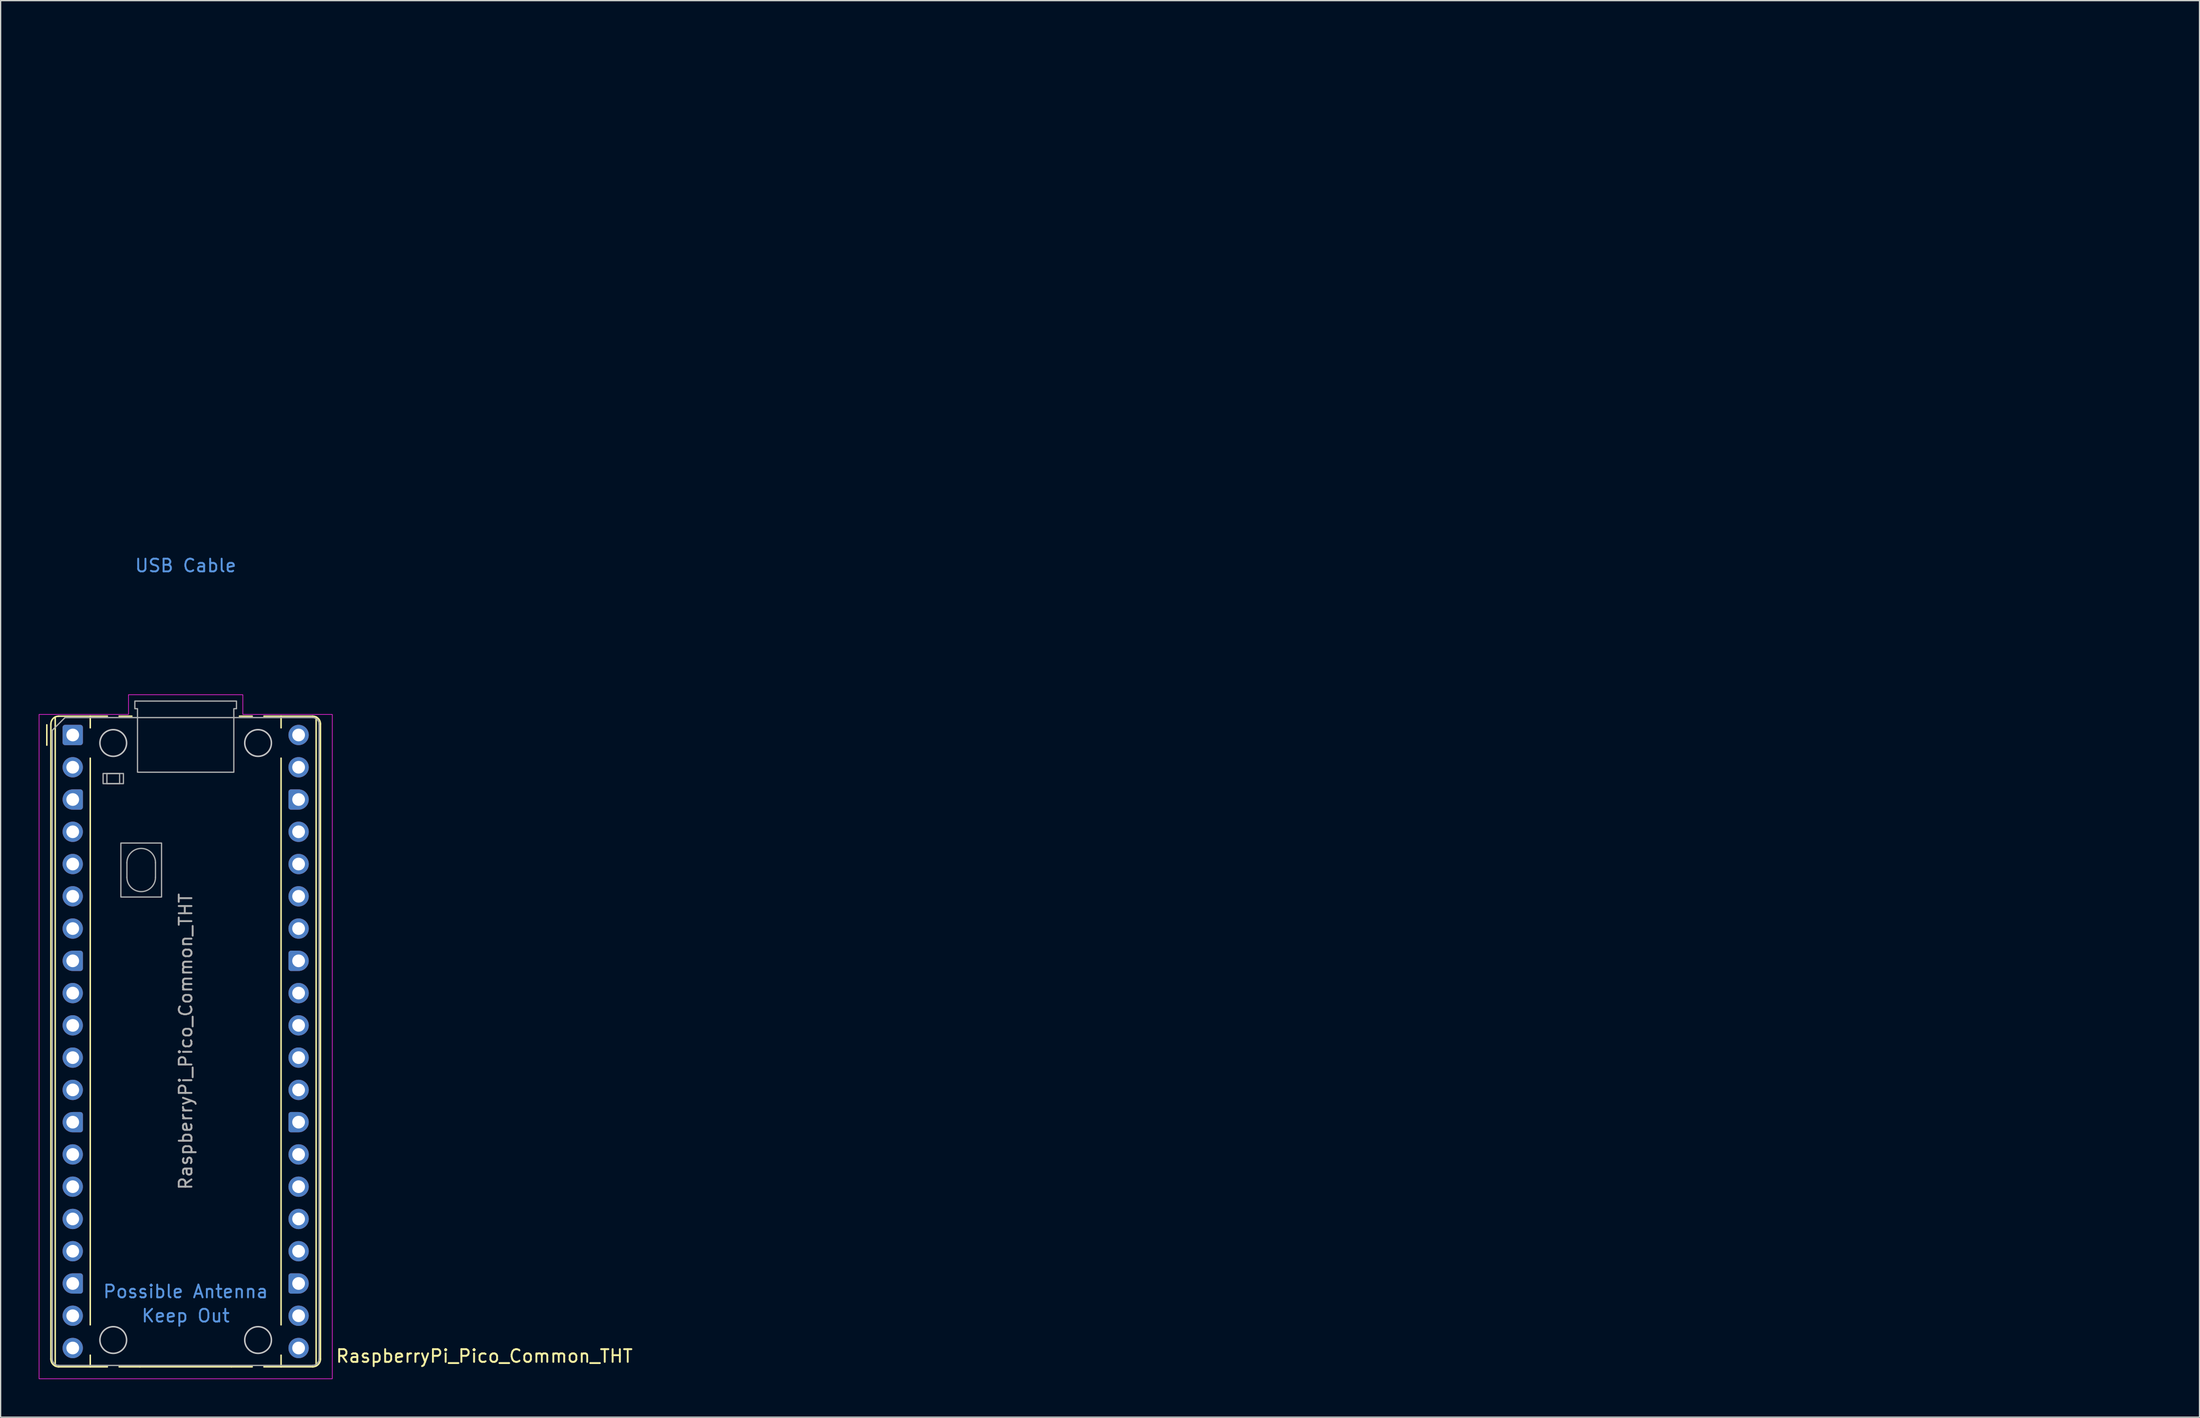
<source format=kicad_pcb>
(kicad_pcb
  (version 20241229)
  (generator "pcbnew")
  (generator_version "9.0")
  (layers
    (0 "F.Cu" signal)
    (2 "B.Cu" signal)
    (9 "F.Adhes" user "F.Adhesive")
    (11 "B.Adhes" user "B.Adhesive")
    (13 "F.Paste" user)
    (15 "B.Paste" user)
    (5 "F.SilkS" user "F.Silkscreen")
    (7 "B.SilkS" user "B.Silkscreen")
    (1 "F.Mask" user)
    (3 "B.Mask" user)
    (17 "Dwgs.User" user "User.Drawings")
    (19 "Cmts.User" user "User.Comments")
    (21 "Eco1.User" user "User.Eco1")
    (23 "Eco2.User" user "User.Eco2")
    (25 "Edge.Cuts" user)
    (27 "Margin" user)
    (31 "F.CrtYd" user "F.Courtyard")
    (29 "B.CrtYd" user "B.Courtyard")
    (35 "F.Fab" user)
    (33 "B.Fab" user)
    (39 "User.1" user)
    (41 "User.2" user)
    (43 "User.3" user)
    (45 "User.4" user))
  (footprint "RaspberryPi_Pico_Common_THT"
    (layer "F.Cu")
    (at 2.675 54.812)
    (property "Reference" "RaspberryPi_Pico_Common_THT" (at 20.637 48.895 0) (unlocked yes) (layer "F.SilkS") (effects (font (size 1 1) (thickness 0.15)) (justify left)))
    (attr through_hole exclude_from_bom dnp)
    (fp_line (start -2.04 0.8) (end -2.04 -0.8) (stroke (width 0.12) (type solid)) (layer "F.SilkS"))
    (fp_line (start -1.72 -0.87) (end -1.72 49.13) (stroke (width 0.12) (type solid)) (layer "F.SilkS"))
    (fp_line (start -1.38 -1.417) (end -1.38 49.677) (stroke (width 0.12) (type solid)) (layer "F.SilkS"))
    (fp_line (start -1.11 -1.48) (end 1.38 -1.48) (stroke (width 0.12) (type solid)) (layer "F.SilkS"))
    (fp_line (start -1.11 49.74) (end 2.728 49.74) (stroke (width 0.12) (type solid)) (layer "F.SilkS"))
    (fp_line (start 1.38 -1.48) (end 1.38 -0.566) (stroke (width 0.12) (type solid)) (layer "F.SilkS"))
    (fp_line (start 1.38 -1.48) (end 2.728 -1.48) (stroke (width 0.12) (type solid)) (layer "F.SilkS"))
    (fp_line (start 1.38 1.826) (end 1.38 46.434) (stroke (width 0.12) (type solid)) (layer "F.SilkS"))
    (fp_line (start 1.38 48.826) (end 1.38 49.74) (stroke (width 0.12) (type solid)) (layer "F.SilkS"))
    (fp_line (start 3.652 -1.48) (end 4.655 -1.48) (stroke (width 0.12) (type solid)) (layer "F.SilkS"))
    (fp_line (start 5.29 49.74) (end 3.652 49.74) (stroke (width 0.12) (type solid)) (layer "F.SilkS"))
    (fp_line (start 12.49 49.74) (end 5.29 49.74) (stroke (width 0.12) (type solid)) (layer "F.SilkS"))
    (fp_line (start 13.125 -1.48) (end 14.128 -1.48) (stroke (width 0.12) (type solid)) (layer "F.SilkS"))
    (fp_line (start 14.128 49.74) (end 12.49 49.74) (stroke (width 0.12) (type solid)) (layer "F.SilkS"))
    (fp_line (start 15.052 -1.48) (end 16.4 -1.48) (stroke (width 0.12) (type solid)) (layer "F.SilkS"))
    (fp_line (start 15.052 49.74) (end 18.89 49.74) (stroke (width 0.12) (type solid)) (layer "F.SilkS"))
    (fp_line (start 16.4 -1.48) (end 16.4 -0.566) (stroke (width 0.12) (type solid)) (layer "F.SilkS"))
    (fp_line (start 16.4 1.826) (end 16.4 46.434) (stroke (width 0.12) (type solid)) (layer "F.SilkS"))
    (fp_line (start 16.4 48.826) (end 16.4 49.74) (stroke (width 0.12) (type solid)) (layer "F.SilkS"))
    (fp_line (start 18.89 -1.48) (end 16.4 -1.48) (stroke (width 0.12) (type solid)) (layer "F.SilkS"))
    (fp_line (start 19.16 49.677) (end 19.16 -1.417) (stroke (width 0.12) (type solid)) (layer "F.SilkS"))
    (fp_line (start 19.5 -0.87) (end 19.5 49.13) (stroke (width 0.12) (type solid)) (layer "F.SilkS"))
    (fp_arc (start -1.72 -0.87) (mid -1.541335 -1.301335) (end -1.11 -1.48) (stroke (width 0.12) (type solid)) (layer "F.SilkS"))
    (fp_arc (start -1.11 49.74) (mid -1.541364 49.561364) (end -1.72 49.13) (stroke (width 0.12) (type solid)) (layer "F.SilkS"))
    (fp_arc (start 18.89 -1.48) (mid 19.321335 -1.301335) (end 19.5 -0.87) (stroke (width 0.12) (type solid)) (layer "F.SilkS"))
    (fp_arc (start 19.5 49.13) (mid 19.321335 49.561335) (end 18.89 49.74) (stroke (width 0.12) (type solid)) (layer "F.SilkS"))
    (fp_circle (center 3.19 0.63) (end 4.24 0.63) (stroke (width 0.12) (type solid)) (fill no) (layer "Dwgs.User"))
    (fp_circle (center 3.19 47.63) (end 4.24 47.63) (stroke (width 0.12) (type solid)) (fill no) (layer "Dwgs.User"))
    (fp_circle (center 14.59 0.63) (end 15.64 0.63) (stroke (width 0.12) (type solid)) (fill no) (layer "Dwgs.User"))
    (fp_circle (center 14.59 47.63) (end 15.64 47.63) (stroke (width 0.12) (type solid)) (fill no) (layer "Dwgs.User"))
    (fp_poly (pts (xy 4.39 -3.17) (xy 13.39 -3.17) (xy 13.39 -1.62) (xy 20.43 -1.62) (xy 20.43 50.68) (xy -2.65 50.68) (xy -2.65 -1.62) (xy 4.39 -1.62)) (stroke (width 0.05) (type solid)) (fill no) (layer "F.CrtYd"))
    (fp_line (start -1.61 -0.37) (end -0.61 -1.37) (stroke (width 0.1) (type solid)) (layer "F.Fab"))
    (fp_line (start -1.61 49.13) (end -1.61 -0.37) (stroke (width 0.1) (type solid)) (layer "F.Fab"))
    (fp_line (start -0.61 -1.37) (end 18.89 -1.37) (stroke (width 0.1) (type solid)) (layer "F.Fab"))
    (fp_line (start 4.265 10.055) (end 4.265 11.205) (stroke (width 0.1) (type solid)) (layer "F.Fab"))
    (fp_line (start 6.515 10.055) (end 6.515 11.205) (stroke (width 0.1) (type solid)) (layer "F.Fab"))
    (fp_line (start 18.89 49.63) (end -1.11 49.63) (stroke (width 0.1) (type solid)) (layer "F.Fab"))
    (fp_line (start 19.39 -0.87) (end 19.39 49.13) (stroke (width 0.1) (type solid)) (layer "F.Fab"))
    (fp_rect (start 2.39 3.03) (end 3.99 3.83) (stroke (width 0.1) (type solid)) (fill no) (layer "F.Fab"))
    (fp_rect (start 2.69 3.03) (end 3.69 3.83) (stroke (width 0.1) (type solid)) (fill no) (layer "F.Fab"))
    (fp_rect (start 3.79 8.505) (end 6.99 12.755) (stroke (width 0.1) (type solid)) (fill no) (layer "F.Fab"))
    (fp_arc (start -1.11 49.63) (mid -1.463553 49.483553) (end -1.61 49.13) (stroke (width 0.1) (type solid)) (layer "F.Fab"))
    (fp_arc (start 4.265 10.055) (mid 5.39 8.93) (end 6.515 10.055) (stroke (width 0.1) (type solid)) (layer "F.Fab"))
    (fp_arc (start 6.515 11.205) (mid 5.39 12.33) (end 4.265 11.205) (stroke (width 0.1) (type solid)) (layer "F.Fab"))
    (fp_arc (start 18.89 -1.37) (mid 19.243553 -1.223553) (end 19.39 -0.87) (stroke (width 0.1) (type solid)) (layer "F.Fab"))
    (fp_arc (start 19.39 49.13) (mid 19.243553 49.483553) (end 18.89 49.63) (stroke (width 0.1) (type solid)) (layer "F.Fab"))
    (fp_poly (pts (xy 12.68 2.93) (xy 12.68 -2.07) (xy 12.89 -2.07) (xy 12.89 -2.67) (xy 4.89 -2.67) (xy 4.89 -2.07) (xy 5.1 -2.07) (xy 5.1 2.93)) (stroke (width 0.1) (type solid)) (fill no) (layer "F.Fab"))
    (fp_text user "USB Cable" (at 8.89 -13.335 0) (unlocked yes) (layer "Cmts.User") (effects (font (size 1 1) (thickness 0.15))))
    (fp_text user "Keep Out" (at 8.89 45.72 0) (unlocked yes) (layer "Cmts.User") (effects (font (size 1 1) (thickness 0.15))))
    (fp_text user "Possible Antenna" (at 8.89 43.815 0) (unlocked yes) (layer "Cmts.User") (effects (font (size 1 1) (thickness 0.15))))
    (fp_text user "${REFERENCE}" (at 8.89 24.13 90) (layer "F.Fab") (effects (font (size 1 1) (thickness 0.15))))
    (pad "1" thru_hole roundrect (at 0 0) (size 1.6 1.6) (drill 1) (layers "*.Cu" "*.Mask") (roundrect_rratio 0.125))
    (pad "2" thru_hole circle (at 0 2.54) (size 1.6 1.6) (drill 1) (layers "*.Cu" "*.Mask"))
    (pad "3" thru_hole custom (at 0 5.08) (size 1.6 1.6) (drill 1) (layers "*.Cu" "*.Mask") (options (anchor circle)) (primitives (gr_poly (pts (xy 0.8 0.6) (xy 0.8 -0.6) (xy 0.6 -0.8) (xy 0 -0.8) (xy 0 0.8) (xy 0.6 0.8)) (width 0) (fill yes)) (gr_circle (center 0.6 0.6) (end 0.8 0.6) (width 0) (fill yes)) (gr_circle (center 0.6 -0.6) (end 0.8 -0.6) (width 0) (fill yes))))
    (pad "4" thru_hole circle (at 0 7.62) (size 1.6 1.6) (drill 1) (layers "*.Cu" "*.Mask"))
    (pad "5" thru_hole circle (at 0 10.16) (size 1.6 1.6) (drill 1) (layers "*.Cu" "*.Mask"))
    (pad "6" thru_hole circle (at 0 12.7) (size 1.6 1.6) (drill 1) (layers "*.Cu" "*.Mask"))
    (pad "7" thru_hole circle (at 0 15.24) (size 1.6 1.6) (drill 1) (layers "*.Cu" "*.Mask"))
    (pad "8" thru_hole custom (at 0 17.78) (size 1.6 1.6) (drill 1) (layers "*.Cu" "*.Mask") (options (anchor circle)) (primitives (gr_poly (pts (xy 0.8 0.6) (xy 0.8 -0.6) (xy 0.6 -0.8) (xy 0 -0.8) (xy 0 0.8) (xy 0.6 0.8)) (width 0) (fill yes)) (gr_circle (center 0.6 0.6) (end 0.8 0.6) (width 0) (fill yes)) (gr_circle (center 0.6 -0.6) (end 0.8 -0.6) (width 0) (fill yes))))
    (pad "9" thru_hole circle (at 0 20.32) (size 1.6 1.6) (drill 1) (layers "*.Cu" "*.Mask"))
    (pad "10" thru_hole circle (at 0 22.86) (size 1.6 1.6) (drill 1) (layers "*.Cu" "*.Mask"))
    (pad "11" thru_hole circle (at 0 25.4) (size 1.6 1.6) (drill 1) (layers "*.Cu" "*.Mask"))
    (pad "12" thru_hole circle (at 0 27.94) (size 1.6 1.6) (drill 1) (layers "*.Cu" "*.Mask"))
    (pad "13" thru_hole custom (at 0 30.48) (size 1.6 1.6) (drill 1) (layers "*.Cu" "*.Mask") (options (anchor circle)) (primitives (gr_poly (pts (xy 0.8 0.6) (xy 0.8 -0.6) (xy 0.6 -0.8) (xy 0 -0.8) (xy 0 0.8) (xy 0.6 0.8)) (width 0) (fill yes)) (gr_circle (center 0.6 0.6) (end 0.8 0.6) (width 0) (fill yes)) (gr_circle (center 0.6 -0.6) (end 0.8 -0.6) (width 0) (fill yes))))
    (pad "14" thru_hole circle (at 0 33.02) (size 1.6 1.6) (drill 1) (layers "*.Cu" "*.Mask"))
    (pad "15" thru_hole circle (at 0 35.56) (size 1.6 1.6) (drill 1) (layers "*.Cu" "*.Mask"))
    (pad "16" thru_hole circle (at 0 38.1) (size 1.6 1.6) (drill 1) (layers "*.Cu" "*.Mask"))
    (pad "17" thru_hole circle (at 0 40.64) (size 1.6 1.6) (drill 1) (layers "*.Cu" "*.Mask"))
    (pad "18" thru_hole custom (at 0 43.18) (size 1.6 1.6) (drill 1) (layers "*.Cu" "*.Mask") (options (anchor circle)) (primitives (gr_poly (pts (xy 0.8 0.6) (xy 0.8 -0.6) (xy 0.6 -0.8) (xy 0 -0.8) (xy 0 0.8) (xy 0.6 0.8)) (width 0) (fill yes)) (gr_circle (center 0.6 0.6) (end 0.8 0.6) (width 0) (fill yes)) (gr_circle (center 0.6 -0.6) (end 0.8 -0.6) (width 0) (fill yes))))
    (pad "19" thru_hole circle (at 0 45.72) (size 1.6 1.6) (drill 1) (layers "*.Cu" "*.Mask"))
    (pad "20" thru_hole circle (at 0 48.26) (size 1.6 1.6) (drill 1) (layers "*.Cu" "*.Mask"))
    (pad "21" thru_hole circle (at 17.78 48.26) (size 1.6 1.6) (drill 1) (layers "*.Cu" "*.Mask"))
    (pad "22" thru_hole circle (at 17.78 45.72) (size 1.6 1.6) (drill 1) (layers "*.Cu" "*.Mask"))
    (pad "23" thru_hole custom (at 17.78 43.18) (size 1.6 1.6) (drill 1) (layers "*.Cu" "*.Mask") (options (anchor circle)) (primitives (gr_poly (pts (xy -0.8 0.6) (xy -0.8 -0.6) (xy -0.6 -0.8) (xy 0 -0.8) (xy 0 0.8) (xy -0.6 0.8)) (width 0) (fill yes)) (gr_circle (center -0.6 0.6) (end -0.4 0.6) (width 0) (fill yes)) (gr_circle (center -0.6 -0.6) (end -0.4 -0.6) (width 0) (fill yes))))
    (pad "24" thru_hole circle (at 17.78 40.64) (size 1.6 1.6) (drill 1) (layers "*.Cu" "*.Mask"))
    (pad "25" thru_hole circle (at 17.78 38.1) (size 1.6 1.6) (drill 1) (layers "*.Cu" "*.Mask"))
    (pad "26" thru_hole circle (at 17.78 35.56) (size 1.6 1.6) (drill 1) (layers "*.Cu" "*.Mask"))
    (pad "27" thru_hole circle (at 17.78 33.02) (size 1.6 1.6) (drill 1) (layers "*.Cu" "*.Mask"))
    (pad "28" thru_hole custom (at 17.78 30.48) (size 1.6 1.6) (drill 1) (layers "*.Cu" "*.Mask") (options (anchor circle)) (primitives (gr_poly (pts (xy -0.8 0.6) (xy -0.8 -0.6) (xy -0.6 -0.8) (xy 0 -0.8) (xy 0 0.8) (xy -0.6 0.8)) (width 0) (fill yes)) (gr_circle (center -0.6 0.6) (end -0.4 0.6) (width 0) (fill yes)) (gr_circle (center -0.6 -0.6) (end -0.4 -0.6) (width 0) (fill yes))))
    (pad "29" thru_hole circle (at 17.78 27.94) (size 1.6 1.6) (drill 1) (layers "*.Cu" "*.Mask"))
    (pad "30" thru_hole circle (at 17.78 25.4) (size 1.6 1.6) (drill 1) (layers "*.Cu" "*.Mask"))
    (pad "31" thru_hole circle (at 17.78 22.86) (size 1.6 1.6) (drill 1) (layers "*.Cu" "*.Mask"))
    (pad "32" thru_hole circle (at 17.78 20.32) (size 1.6 1.6) (drill 1) (layers "*.Cu" "*.Mask"))
    (pad "33" thru_hole custom (at 17.78 17.78) (size 1.6 1.6) (drill 1) (layers "*.Cu" "*.Mask") (options (anchor circle)) (primitives (gr_poly (pts (xy -0.8 0.6) (xy -0.8 -0.6) (xy -0.6 -0.8) (xy 0 -0.8) (xy 0 0.8) (xy -0.6 0.8)) (width 0) (fill yes)) (gr_circle (center -0.6 0.6) (end -0.4 0.6) (width 0) (fill yes)) (gr_circle (center -0.6 -0.6) (end -0.4 -0.6) (width 0) (fill yes))))
    (pad "34" thru_hole circle (at 17.78 15.24) (size 1.6 1.6) (drill 1) (layers "*.Cu" "*.Mask"))
    (pad "35" thru_hole circle (at 17.78 12.7) (size 1.6 1.6) (drill 1) (layers "*.Cu" "*.Mask"))
    (pad "36" thru_hole circle (at 17.78 10.16) (size 1.6 1.6) (drill 1) (layers "*.Cu" "*.Mask"))
    (pad "37" thru_hole circle (at 17.78 7.62) (size 1.6 1.6) (drill 1) (layers "*.Cu" "*.Mask"))
    (pad "38" thru_hole custom (at 17.78 5.08) (size 1.6 1.6) (drill 1) (layers "*.Cu" "*.Mask") (options (anchor circle)) (primitives (gr_poly (pts (xy -0.8 0.6) (xy -0.8 -0.6) (xy -0.6 -0.8) (xy 0 -0.8) (xy 0 0.8) (xy -0.6 0.8)) (width 0) (fill yes)) (gr_circle (center -0.6 0.6) (end -0.4 0.6) (width 0) (fill yes)) (gr_circle (center -0.6 -0.6) (end -0.4 -0.6) (width 0) (fill yes))))
    (pad "39" thru_hole circle (at 17.78 2.54) (size 1.6 1.6) (drill 1) (layers "*.Cu" "*.Mask"))
    (pad "40" thru_hole circle (at 17.78 0) (size 1.6 1.6) (drill 1) (layers "*.Cu" "*.Mask"))
    (zone (net_name "") (layers "F.Cu" "B.Cu" "F.Paste" "B.Paste") (name "Antenna Copper Keep Out") (hatch full 0.5) (connect_pads) (min_thickness 0.254) (filled_areas_thickness no) (keepout (tracks not_allowed) (vias not_allowed) (pads not_allowed) (copperpour not_allowed) (footprints allowed)) (placement (enabled no)) (fill) (polygon (pts (xy 157.588 72.19) (xy 152.887 68.54) (xy 152.887 64.2) (xy 167.088 64.2) (xy 167.088 68.54) (xy 162.387 72.19) (xy 162.387 73.2) (xy 157.588 73.2))))
    (zone (net_name "") (layer "F.CrtYd") (name "USB Cable") (hatch edge 0.5) (connect_pads) (min_thickness 0.254) (filled_areas_thickness no) (keepout (tracks allowed) (vias allowed) (pads allowed) (copperpour allowed) (footprints allowed)) (placement (enabled no)) (fill) (polygon (pts (xy 154.238 19.5) (xy 156.048 19.5) (xy 156.048 19.9) (xy 163.928 19.9) (xy 163.928 19.5) (xy 165.738 19.5) (xy 165.738 0) (xy 154.238 0)))))
  (gr_rect
    (start -3 -3)
    (end 170.088 108.517)
    (stroke (width 0.1) (type default))
    (fill no)
    (layer "Edge.Cuts")))
</source>
